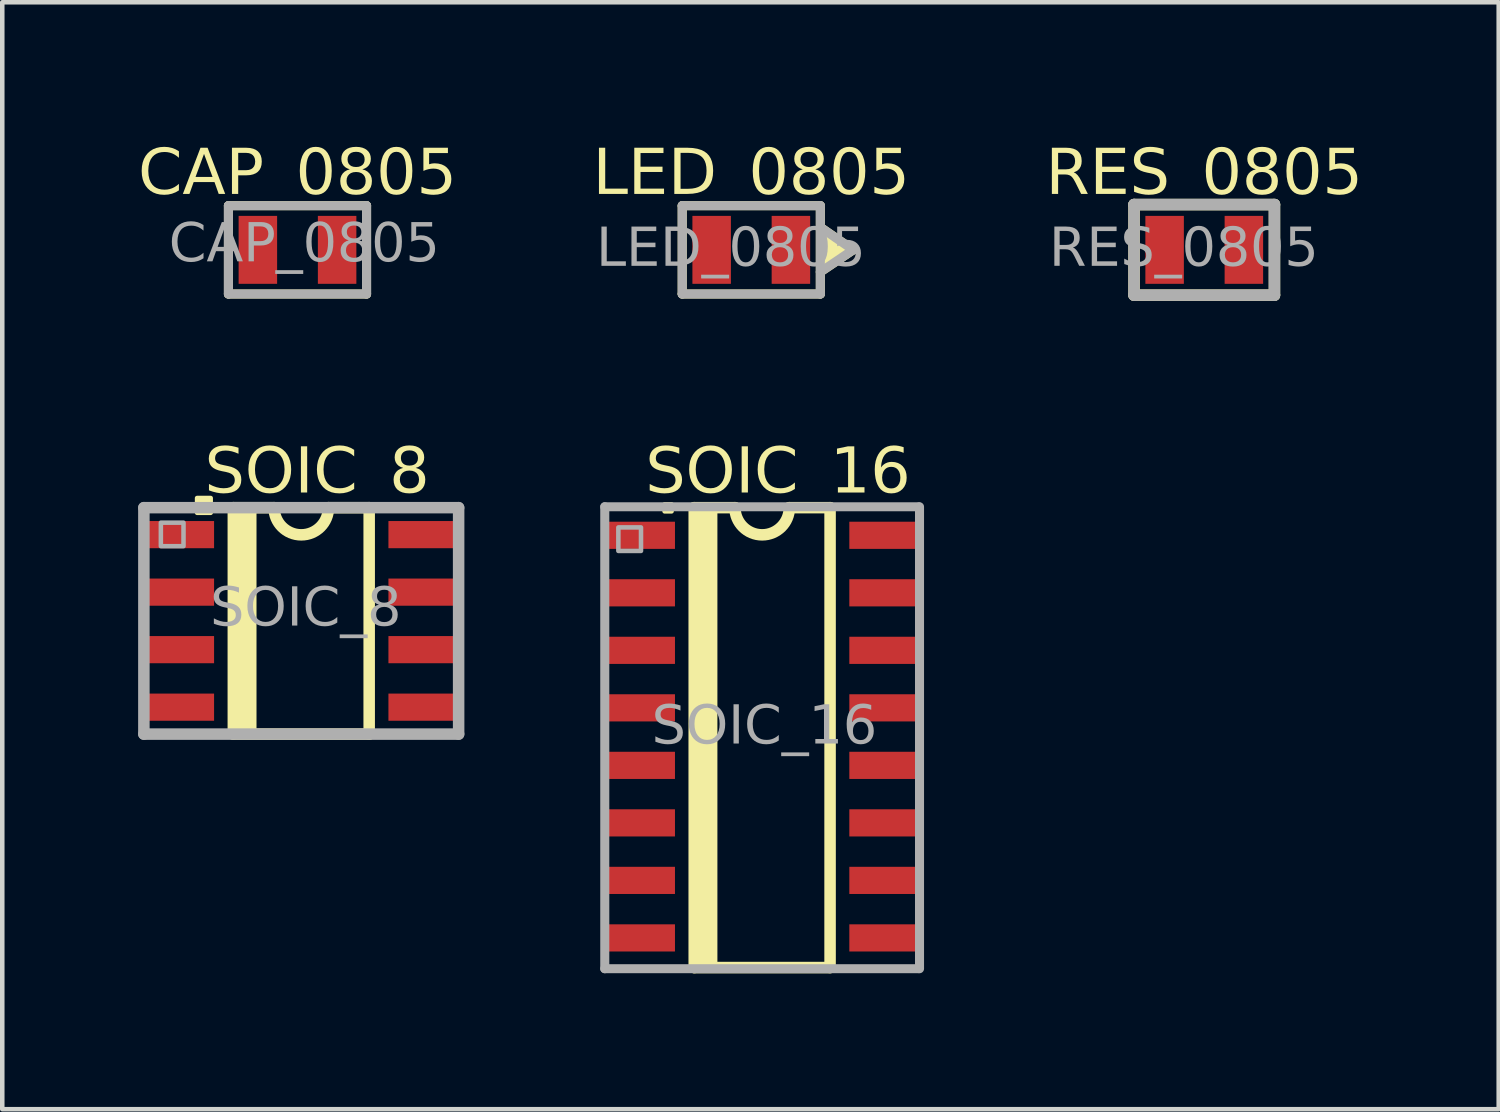
<source format=kicad_pcb>
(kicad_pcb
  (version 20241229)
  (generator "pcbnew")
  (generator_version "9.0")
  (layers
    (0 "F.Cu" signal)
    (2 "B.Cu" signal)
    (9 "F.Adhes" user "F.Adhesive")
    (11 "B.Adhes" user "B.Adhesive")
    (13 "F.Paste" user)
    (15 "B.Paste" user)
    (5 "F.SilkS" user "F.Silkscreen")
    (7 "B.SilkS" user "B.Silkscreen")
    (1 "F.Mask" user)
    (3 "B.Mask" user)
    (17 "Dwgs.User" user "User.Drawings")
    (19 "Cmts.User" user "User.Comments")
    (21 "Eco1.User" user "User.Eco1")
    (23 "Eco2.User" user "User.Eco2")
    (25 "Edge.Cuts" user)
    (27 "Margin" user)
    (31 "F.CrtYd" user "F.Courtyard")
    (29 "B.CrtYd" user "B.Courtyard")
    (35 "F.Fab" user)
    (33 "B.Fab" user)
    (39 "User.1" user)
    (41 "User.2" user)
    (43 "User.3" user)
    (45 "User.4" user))
  (footprint "SOIC_16"
    (layer "F.Cu")
    (at 13.779 13.215)
    (property "Reference" "SOIC_16" (at 0.35 -5.805 0) (unlocked yes) (layer "F.SilkS") (effects (font (face "Calibri") (size 1 1) (thickness 0.127))))
    (attr smd)
    (fp_line (start -1.5 5.1) (end -1.5 -5.055) (stroke (width 0.254) (type default)) (layer "F.SilkS"))
    (fp_line (start -0.6 -5.055) (end -1.5 -5.055) (stroke (width 0.254) (type default)) (layer "F.SilkS"))
    (fp_line (start 1.5 -5.055) (end 0.6 -5.055) (stroke (width 0.254) (type default)) (layer "F.SilkS"))
    (fp_line (start 1.5 5.1) (end -1.5 5.1) (stroke (width 0.254) (type default)) (layer "F.SilkS"))
    (fp_line (start 1.5 5.1) (end 1.5 -5.055) (stroke (width 0.254) (type default)) (layer "F.SilkS"))
    (fp_rect (start -2.154 -5.128) (end -2 -4.974) (stroke (width 0.1) (type default)) (fill yes) (layer "F.SilkS"))
    (fp_rect (start -1.512 -5.08) (end -1.038 5.095) (stroke (width 0.1) (type default)) (fill yes) (layer "F.SilkS"))
    (fp_arc (start 0.6 -5.055) (mid 0 -4.455) (end -0.6 -5.055) (stroke (width 0.254) (type default)) (layer "F.SilkS"))
    (fp_line (start -3.475 5.125) (end -3.475 -5.075) (stroke (width 0.2) (type default)) (layer "F.Fab"))
    (fp_line (start 3.45 -5.075) (end -3.475 -5.075) (stroke (width 0.2) (type default)) (layer "F.Fab"))
    (fp_line (start 3.45 5.125) (end -3.475 5.125) (stroke (width 0.2) (type default)) (layer "F.Fab"))
    (fp_line (start 3.475 5.125) (end 3.475 -5.075) (stroke (width 0.2) (type default)) (layer "F.Fab"))
    (fp_rect (start -3.175 -4.619) (end -2.675 -4.1) (stroke (width 0.1) (type default)) (fill no) (layer "F.Fab"))
    (fp_text user "${REFERENCE}" (at 0.05 -0.2 0) (unlocked yes) (layer "F.Fab") (effects (font (face "Calibri") (size 0.85 0.85) (thickness 0.15))))
    (pad "1" smd rect (at -2.7 -4.445) (size 1.55 0.6) (layers "F.Cu" "F.Mask" "F.Paste"))
    (pad "2" smd rect (at -2.7 -3.175) (size 1.55 0.6) (layers "F.Cu" "F.Mask" "F.Paste"))
    (pad "3" smd rect (at -2.7 -1.905) (size 1.55 0.6) (layers "F.Cu" "F.Mask" "F.Paste"))
    (pad "4" smd rect (at -2.7 -0.635) (size 1.55 0.6) (layers "F.Cu" "F.Mask" "F.Paste"))
    (pad "5" smd rect (at -2.7 0.635) (size 1.55 0.6) (layers "F.Cu" "F.Mask" "F.Paste"))
    (pad "6" smd rect (at -2.7 1.905) (size 1.55 0.6) (layers "F.Cu" "F.Mask" "F.Paste"))
    (pad "7" smd rect (at -2.7 3.175) (size 1.55 0.6) (layers "F.Cu" "F.Mask" "F.Paste"))
    (pad "8" smd rect (at -2.7 4.445) (size 1.55 0.6) (layers "F.Cu" "F.Mask" "F.Paste"))
    (pad "9" smd rect (at 2.7 4.445) (size 1.55 0.6) (layers "F.Cu" "F.Mask" "F.Paste"))
    (pad "10" smd rect (at 2.7 3.175) (size 1.55 0.6) (layers "F.Cu" "F.Mask" "F.Paste"))
    (pad "11" smd rect (at 2.7 1.905) (size 1.55 0.6) (layers "F.Cu" "F.Mask" "F.Paste"))
    (pad "12" smd rect (at 2.7 0.635) (size 1.55 0.6) (layers "F.Cu" "F.Mask" "F.Paste"))
    (pad "13" smd rect (at 2.7 -0.635) (size 1.55 0.6) (layers "F.Cu" "F.Mask" "F.Paste"))
    (pad "14" smd rect (at 2.7 -1.905) (size 1.55 0.6) (layers "F.Cu" "F.Mask" "F.Paste"))
    (pad "15" smd rect (at 2.7 -3.175) (size 1.55 0.6) (layers "F.Cu" "F.Mask" "F.Paste"))
    (pad "16" smd rect (at 2.7 -4.445) (size 1.55 0.6) (layers "F.Cu" "F.Mask" "F.Paste")))
  (footprint "CAP_0805"
    (layer "F.Cu")
    (at 3.519 2.467)
    (property "Reference" "CAP_0805" (at 0 -1.65 0) (unlocked yes) (layer "F.SilkS") (effects (font (face "Calibri") (size 1 1) (thickness 0.127))))
    (attr smd)
    (fp_line (start -1.525 -0.975) (end 1.525 -0.975) (stroke (width 0.2) (type default)) (layer "F.SilkS"))
    (fp_line (start -1.525 0.975) (end -1.525 -0.975) (stroke (width 0.2) (type default)) (layer "F.SilkS"))
    (fp_line (start 1.525 -0.975) (end 1.525 0.975) (stroke (width 0.2) (type default)) (layer "F.SilkS"))
    (fp_line (start 1.525 0.975) (end -1.525 0.975) (stroke (width 0.2) (type default)) (layer "F.SilkS"))
    (fp_line (start -1.525 -0.975) (end 1.525 -0.975) (stroke (width 0.2) (type default)) (layer "F.Fab"))
    (fp_line (start -1.525 0.975) (end -1.525 -0.975) (stroke (width 0.2) (type default)) (layer "F.Fab"))
    (fp_line (start 1.525 -0.975) (end 1.525 0.975) (stroke (width 0.2) (type default)) (layer "F.Fab"))
    (fp_line (start 1.525 0.975) (end -1.525 0.975) (stroke (width 0.2) (type default)) (layer "F.Fab"))
    (fp_text user "${REFERENCE}" (at 0.15 -0.1 0) (unlocked yes) (layer "F.Fab") (effects (font (face "Calibri") (size 0.85 0.85) (thickness 0.15))))
    (pad "1" smd rect (at -0.875 0 180) (size 0.85 1.5) (layers "F.Cu" "F.Mask" "F.Paste"))
    (pad "2" smd rect (at 0.875 0 180) (size 0.85 1.5) (layers "F.Cu" "F.Mask" "F.Paste")))
  (footprint "SOIC_8"
    (layer "F.Cu")
    (at 3.602 10.66)
    (property "Reference" "SOIC_8" (at 0.35 -3.25 0) (unlocked yes) (layer "F.SilkS") (effects (font (face "Calibri") (size 1 1) (thickness 0.127))))
    (attr smd)
    (fp_line (start -1.5 2.5) (end -1.5 -2.5) (stroke (width 0.254) (type default)) (layer "F.SilkS"))
    (fp_line (start -0.6 -2.5) (end -1.5 -2.5) (stroke (width 0.254) (type default)) (layer "F.SilkS"))
    (fp_line (start 1.5 -2.5) (end 0.6 -2.5) (stroke (width 0.254) (type default)) (layer "F.SilkS"))
    (fp_line (start 1.5 2.5) (end -1.5 2.5) (stroke (width 0.254) (type default)) (layer "F.SilkS"))
    (fp_line (start 1.5 2.5) (end 1.5 -2.5) (stroke (width 0.254) (type default)) (layer "F.SilkS"))
    (fp_rect (start -2.3 -2.713) (end -2 -2.387) (stroke (width 0.1) (type default)) (fill yes) (layer "F.SilkS"))
    (fp_rect (start -1.512 -2.525) (end -1.038 2.5) (stroke (width 0.1) (type default)) (fill yes) (layer "F.SilkS"))
    (fp_arc (start 0.6 -2.5) (mid 0 -1.9) (end -0.6 -2.5) (stroke (width 0.254) (type default)) (layer "F.SilkS"))
    (fp_line (start -3.475 2.5) (end -3.475 -2.5) (stroke (width 0.254) (type default)) (layer "F.Fab"))
    (fp_line (start 3.475 -2.5) (end -3.475 -2.5) (stroke (width 0.254) (type default)) (layer "F.Fab"))
    (fp_line (start 3.475 2.5) (end -3.475 2.5) (stroke (width 0.254) (type default)) (layer "F.Fab"))
    (fp_line (start 3.475 2.5) (end 3.475 -2.5) (stroke (width 0.254) (type default)) (layer "F.Fab"))
    (fp_rect (start -3.1 -2.169) (end -2.6 -1.65) (stroke (width 0.1) (type default)) (fill no) (layer "F.Fab"))
    (fp_text user "${REFERENCE}" (at 0.1 -0.25 0) (unlocked yes) (layer "F.Fab") (effects (font (face "Calibri") (size 0.85 0.85) (thickness 0.15))))
    (pad "1" smd rect (at -2.7 -1.905) (size 1.55 0.6) (layers "F.Cu" "F.Mask" "F.Paste"))
    (pad "2" smd rect (at -2.7 -0.635) (size 1.55 0.6) (layers "F.Cu" "F.Mask" "F.Paste"))
    (pad "3" smd rect (at -2.7 0.635) (size 1.55 0.6) (layers "F.Cu" "F.Mask" "F.Paste"))
    (pad "4" smd rect (at -2.7 1.905) (size 1.55 0.6) (layers "F.Cu" "F.Mask" "F.Paste"))
    (pad "5" smd rect (at 2.7 1.905) (size 1.55 0.6) (layers "F.Cu" "F.Mask" "F.Paste"))
    (pad "6" smd rect (at 2.7 0.635) (size 1.55 0.6) (layers "F.Cu" "F.Mask" "F.Paste"))
    (pad "7" smd rect (at 2.7 -0.635) (size 1.55 0.6) (layers "F.Cu" "F.Mask" "F.Paste"))
    (pad "8" smd rect (at 2.7 -1.905) (size 1.55 0.6) (layers "F.Cu" "F.Mask" "F.Paste")))
  (footprint "LED_0805"
    (layer "F.Cu")
    (at 13.539 2.467)
    (property "Reference" "LED_0805" (at 0 -1.65 0) (unlocked yes) (layer "F.SilkS") (effects (font (face "Calibri") (size 1 1) (thickness 0.127))))
    (attr smd)
    (fp_line (start -1.525 -0.975) (end 1.525 -0.975) (stroke (width 0.2) (type default)) (layer "F.SilkS"))
    (fp_line (start -1.525 0.975) (end -1.525 -0.975) (stroke (width 0.2) (type default)) (layer "F.SilkS"))
    (fp_line (start 1.525 -0.975) (end 1.525 0.975) (stroke (width 0.2) (type default)) (layer "F.SilkS"))
    (fp_line (start 1.525 -0.5) (end 2.25 0) (stroke (width 0.2) (type default)) (layer "F.SilkS"))
    (fp_line (start 1.525 0.975) (end -1.525 0.975) (stroke (width 0.2) (type default)) (layer "F.SilkS"))
    (fp_line (start 1.526 0.489) (end 2.25 0) (stroke (width 0.2) (type default)) (layer "F.SilkS"))
    (fp_poly (pts (xy 1.525 -0.5) (xy 2.25 0) (xy 1.526 0.489)) (stroke (width 0.1) (type solid)) (fill yes) (layer "F.SilkS"))
    (fp_line (start -1.525 -0.975) (end 1.525 -0.975) (stroke (width 0.2) (type default)) (layer "F.Fab"))
    (fp_line (start -1.525 0.975) (end -1.525 -0.975) (stroke (width 0.2) (type default)) (layer "F.Fab"))
    (fp_line (start 1.524 -0.5) (end 2.249 0) (stroke (width 0.2) (type default)) (layer "F.Fab"))
    (fp_line (start 1.525 0.489) (end 2.249 0) (stroke (width 0.2) (type default)) (layer "F.Fab"))
    (fp_line (start 1.525 -0.975) (end 1.525 0.975) (stroke (width 0.2) (type default)) (layer "F.Fab"))
    (fp_line (start 1.525 0.975) (end -1.525 0.975) (stroke (width 0.2) (type default)) (layer "F.Fab"))
    (fp_poly (pts (xy 1.524 -0.5) (xy 2.249 0) (xy 1.525 0.489)) (stroke (width 0.1) (type solid)) (fill no) (layer "F.Fab"))
    (fp_text user "${REFERENCE}" (at -0.45 0 0) (unlocked yes) (layer "F.Fab") (effects (font (face "Calibri") (size 0.85 0.85) (thickness 0.15))))
    (pad "1" smd rect (at -0.875 0 180) (size 0.85 1.5) (layers "F.Cu" "F.Mask" "F.Paste"))
    (pad "2" smd rect (at 0.875 0 180) (size 0.85 1.5) (layers "F.Cu" "F.Mask" "F.Paste")))
  (footprint "RES_0805"
    (layer "F.Cu")
    (at 23.541 2.467)
    (property "Reference" "RES_0805" (at 0 -1.65 0) (unlocked yes) (layer "F.SilkS") (effects (font (face "Calibri") (size 1 1) (thickness 0.1))))
    (attr smd)
    (fp_line (start -1.55 -1) (end 1.55 -1) (stroke (width 0.254) (type default)) (layer "F.SilkS"))
    (fp_line (start -1.55 1) (end -1.55 -1) (stroke (width 0.254) (type default)) (layer "F.SilkS"))
    (fp_line (start 1.55 -1) (end 1.55 1) (stroke (width 0.254) (type default)) (layer "F.SilkS"))
    (fp_line (start 1.55 1) (end -1.55 1) (stroke (width 0.254) (type default)) (layer "F.SilkS"))
    (fp_line (start -1.55 -1) (end 1.55 -1) (stroke (width 0.254) (type default)) (layer "F.Fab"))
    (fp_line (start -1.55 1) (end -1.55 -1) (stroke (width 0.254) (type default)) (layer "F.Fab"))
    (fp_line (start 1.55 -1) (end 1.55 1) (stroke (width 0.254) (type default)) (layer "F.Fab"))
    (fp_line (start 1.55 1) (end -1.55 1) (stroke (width 0.254) (type default)) (layer "F.Fab"))
    (fp_text user "${REFERENCE}" (at -0.45 0 0) (unlocked yes) (layer "F.Fab") (effects (font (face "Calibri") (size 0.85 0.85) (thickness 0.15))))
    (pad "1" smd rect (at -0.875 0 180) (size 0.85 1.5) (layers "F.Cu" "F.Mask" "F.Paste"))
    (pad "2" smd rect (at 0.875 0 180) (size 0.85 1.5) (layers "F.Cu" "F.Mask" "F.Paste")))
  (gr_rect
    (start -3 -3)
    (end 30.043 21.442)
    (stroke (width 0.1) (type default))
    (fill no)
    (layer "Edge.Cuts")))
</source>
